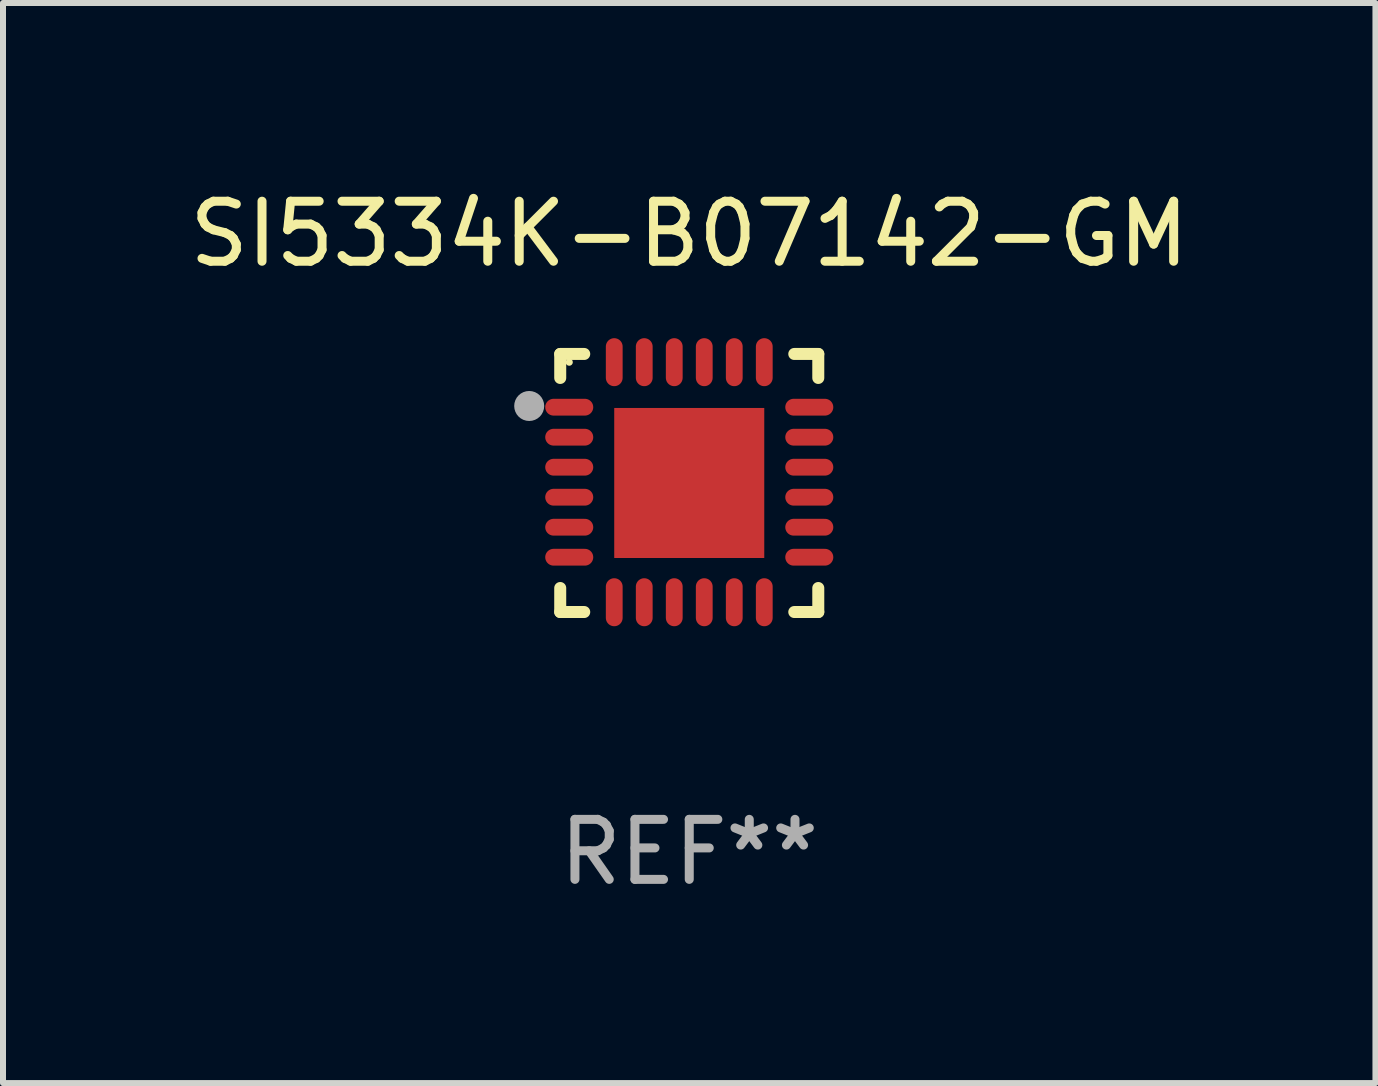
<source format=kicad_pcb>
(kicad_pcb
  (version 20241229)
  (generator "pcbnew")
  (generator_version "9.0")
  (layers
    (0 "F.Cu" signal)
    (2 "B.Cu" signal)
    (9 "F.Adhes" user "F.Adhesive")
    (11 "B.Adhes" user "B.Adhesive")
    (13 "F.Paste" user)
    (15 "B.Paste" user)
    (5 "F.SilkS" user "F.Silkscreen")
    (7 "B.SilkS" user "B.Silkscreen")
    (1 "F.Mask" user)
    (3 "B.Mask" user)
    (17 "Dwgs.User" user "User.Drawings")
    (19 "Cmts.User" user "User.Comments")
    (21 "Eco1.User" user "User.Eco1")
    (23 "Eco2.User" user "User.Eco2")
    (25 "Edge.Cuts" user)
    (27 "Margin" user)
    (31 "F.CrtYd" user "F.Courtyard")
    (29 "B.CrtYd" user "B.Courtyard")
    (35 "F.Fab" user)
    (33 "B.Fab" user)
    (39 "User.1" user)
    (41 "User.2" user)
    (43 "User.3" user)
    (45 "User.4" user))
  (footprint "SI5334K-B07142-GM"
    (layer "F.Cu")
    (at 8.435 4.998)
    (property "Reference" "SI5334K-B07142-GM" (at 0 -4.15 0) (layer "F.SilkS") (effects (font (size 1 1) (thickness 0.15))))
    (attr through_hole)
    (fp_line (start -2.15 -2.15) (end -1.75 -2.15) (stroke (width 0.2) (type solid)) (layer "F.SilkS"))
    (fp_line (start -2.15 -1.75) (end -2.15 -2.15) (stroke (width 0.2) (type solid)) (layer "F.SilkS"))
    (fp_line (start -2.15 2.15) (end -2.15 1.75) (stroke (width 0.2) (type solid)) (layer "F.SilkS"))
    (fp_line (start -1.75 2.15) (end -2.15 2.15) (stroke (width 0.2) (type solid)) (layer "F.SilkS"))
    (fp_line (start 1.75 -2.15) (end 2.15 -2.15) (stroke (width 0.2) (type solid)) (layer "F.SilkS"))
    (fp_line (start 1.75 2.15) (end 2.15 2.15) (stroke (width 0.2) (type solid)) (layer "F.SilkS"))
    (fp_line (start 2.15 -2.15) (end 2.15 -1.75) (stroke (width 0.2) (type solid)) (layer "F.SilkS"))
    (fp_line (start 2.15 2.15) (end 2.15 1.75) (stroke (width 0.2) (type solid)) (layer "F.SilkS"))
    (fp_circle (center -2 -2.013) (end -1.97 -2.013) (stroke (width 0.06) (type solid)) (fill no) (layer "F.SilkS"))
    (fp_circle (center -2.667 -1.283) (end -2.542 -1.283) (stroke (width 0.25) (type solid)) (fill no) (layer "F.Fab"))
    (fp_text user "REF**" (at 0 6.15 0) (layer "F.Fab") (effects (font (size 1 1) (thickness 0.15))))
    (pad "1" smd oval (at -2 -1.263) (size 0.8 0.28) (layers "F.Cu" "F.Mask" "F.Paste"))
    (pad "2" smd oval (at -2 -0.763) (size 0.8 0.28) (layers "F.Cu" "F.Mask" "F.Paste"))
    (pad "3" smd oval (at -2 -0.263) (size 0.8 0.28) (layers "F.Cu" "F.Mask" "F.Paste"))
    (pad "4" smd oval (at -2 0.237) (size 0.8 0.28) (layers "F.Cu" "F.Mask" "F.Paste"))
    (pad "5" smd oval (at -2 0.737) (size 0.8 0.28) (layers "F.Cu" "F.Mask" "F.Paste"))
    (pad "6" smd oval (at -2 1.237) (size 0.8 0.28) (layers "F.Cu" "F.Mask" "F.Paste"))
    (pad "7" smd oval (at -1.25 1.987) (size 0.28 0.8) (layers "F.Cu" "F.Mask" "F.Paste"))
    (pad "8" smd oval (at -0.75 1.987) (size 0.28 0.8) (layers "F.Cu" "F.Mask" "F.Paste"))
    (pad "9" smd oval (at -0.25 1.987) (size 0.28 0.8) (layers "F.Cu" "F.Mask" "F.Paste"))
    (pad "10" smd oval (at 0.25 1.987) (size 0.28 0.8) (layers "F.Cu" "F.Mask" "F.Paste"))
    (pad "11" smd oval (at 0.75 1.987) (size 0.28 0.8) (layers "F.Cu" "F.Mask" "F.Paste"))
    (pad "12" smd oval (at 1.25 1.987) (size 0.28 0.8) (layers "F.Cu" "F.Mask" "F.Paste"))
    (pad "13" smd oval (at 2 1.237) (size 0.8 0.28) (layers "F.Cu" "F.Mask" "F.Paste"))
    (pad "14" smd oval (at 2 0.737) (size 0.8 0.28) (layers "F.Cu" "F.Mask" "F.Paste"))
    (pad "15" smd oval (at 2 0.237) (size 0.8 0.28) (layers "F.Cu" "F.Mask" "F.Paste"))
    (pad "16" smd oval (at 2 -0.263) (size 0.8 0.28) (layers "F.Cu" "F.Mask" "F.Paste"))
    (pad "17" smd oval (at 2 -0.763) (size 0.8 0.28) (layers "F.Cu" "F.Mask" "F.Paste"))
    (pad "18" smd oval (at 2 -1.263) (size 0.8 0.28) (layers "F.Cu" "F.Mask" "F.Paste"))
    (pad "19" smd oval (at 1.25 -2.013) (size 0.28 0.8) (layers "F.Cu" "F.Mask" "F.Paste"))
    (pad "20" smd oval (at 0.75 -2.013) (size 0.28 0.8) (layers "F.Cu" "F.Mask" "F.Paste"))
    (pad "21" smd oval (at 0.25 -2.013) (size 0.28 0.8) (layers "F.Cu" "F.Mask" "F.Paste"))
    (pad "22" smd oval (at -0.25 -2.013) (size 0.28 0.8) (layers "F.Cu" "F.Mask" "F.Paste"))
    (pad "23" smd oval (at -0.75 -2.013) (size 0.28 0.8) (layers "F.Cu" "F.Mask" "F.Paste"))
    (pad "24" smd oval (at -1.25 -2.013) (size 0.28 0.8) (layers "F.Cu" "F.Mask" "F.Paste"))
    (pad "25" smd rect (at -0.000127 -0.00014) (size 2.5 2.5) (layers "F.Cu" "F.Mask" "F.Paste")))
  (gr_rect
    (start -3 -3)
    (end 19.869 14.997)
    (stroke (width 0.1) (type default))
    (fill no)
    (layer "Edge.Cuts")))
</source>
